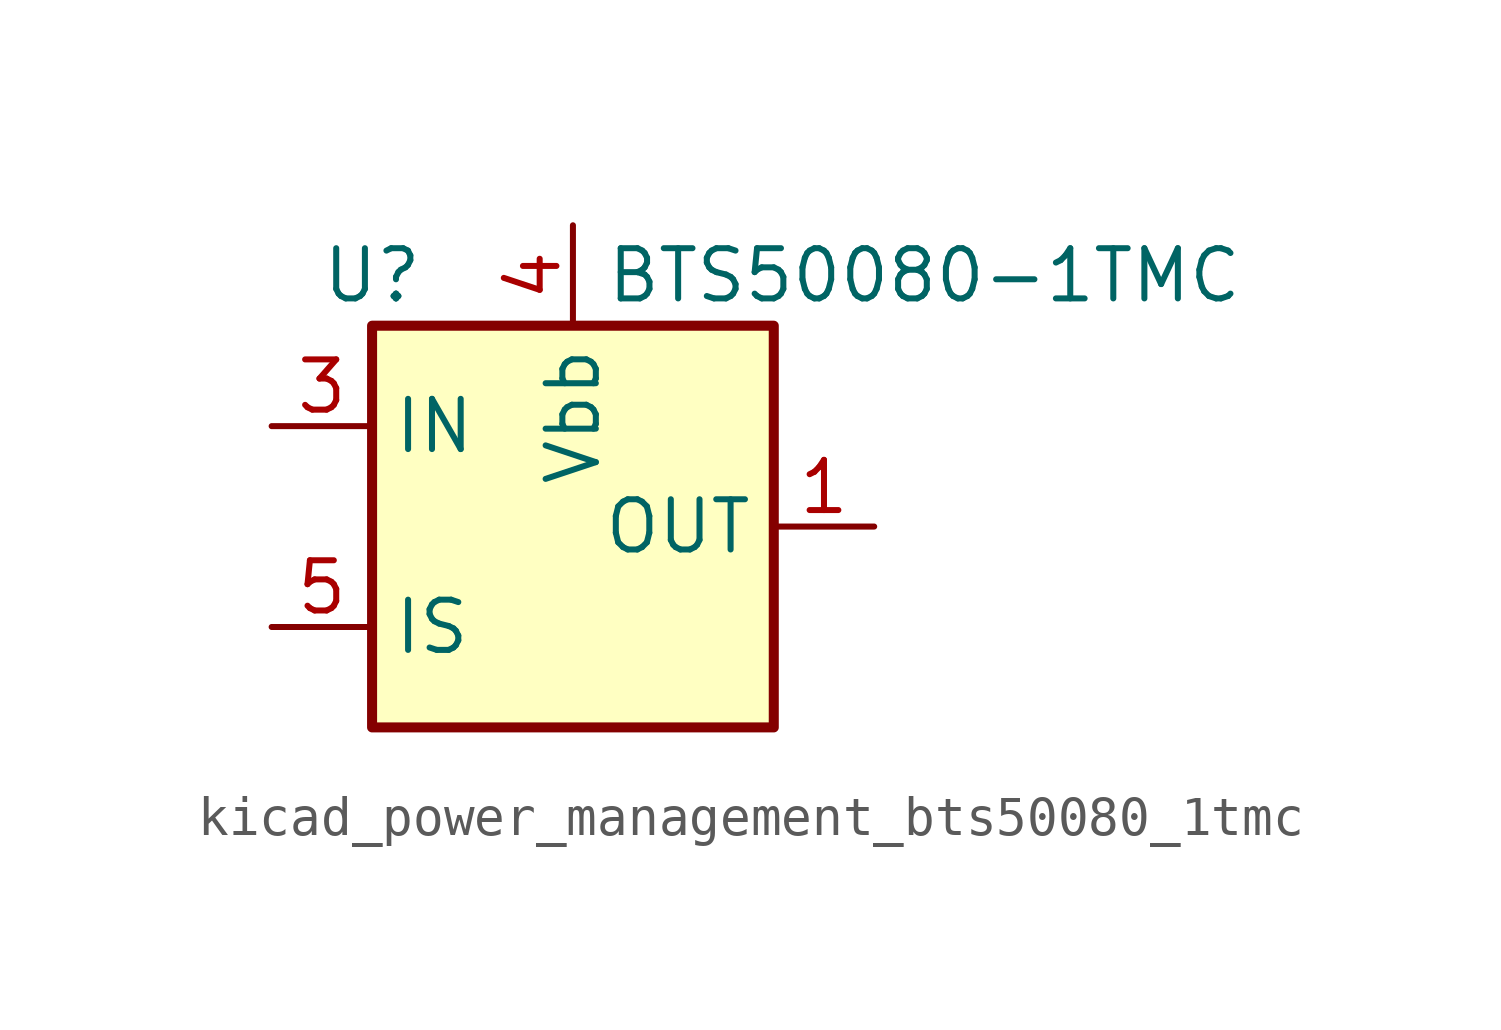
<source format=kicad_sym>
(kicad_symbol_lib
  (version 20220914)
  (generator kicad_symbol_editor)
  (symbol "kicad_power_management_bts50080_1tmc"
    (property "Reference" "U"
      (at -5.08 6.35 0)
      (effects (font (size 1.27 1.27))))
    (property "Value" "BTS50080-1TMC"
      (at 8.89 6.35 0)
      (effects (font (size 1.27 1.27))))
    (symbol "kicad_power_management_bts50080_1tmc_0_1"
      (rectangle (start -5.08 5.08) (end 5.08 -5.08) (stroke (width 0.254) (type default)) (fill (type background))))
    (symbol "kicad_power_management_bts50080_1tmc_1_1"
      (pin power_out line (at 7.62 0 180) (length 2.54) (name "OUT" (effects (font (size 1.27 1.27)))) (number "1" (effects (font (size 1.27 1.27)))))
      (pin passive line (at 7.62 0 180) (length 2.54) hide (name "OUT" (effects (font (size 1.27 1.27)))) (number "2" (effects (font (size 1.27 1.27)))))
      (pin input line (at -7.62 2.54 0) (length 2.54) (name "IN" (effects (font (size 1.27 1.27)))) (number "3" (effects (font (size 1.27 1.27)))))
      (pin power_in line (at 0 7.62 270) (length 2.54) (name "Vbb" (effects (font (size 1.27 1.27)))) (number "4" (effects (font (size 1.27 1.27)))))
      (pin output line (at -7.62 -2.54 0) (length 2.54) (name "IS" (effects (font (size 1.27 1.27)))) (number "5" (effects (font (size 1.27 1.27)))))
      (pin passive line (at 7.62 0 180) (length 2.54) hide (name "OUT" (effects (font (size 1.27 1.27)))) (number "6" (effects (font (size 1.27 1.27)))))
      (pin passive line (at 7.62 0 180) (length 2.54) hide (name "OUT" (effects (font (size 1.27 1.27)))) (number "7" (effects (font (size 1.27 1.27))))))))
</source>
